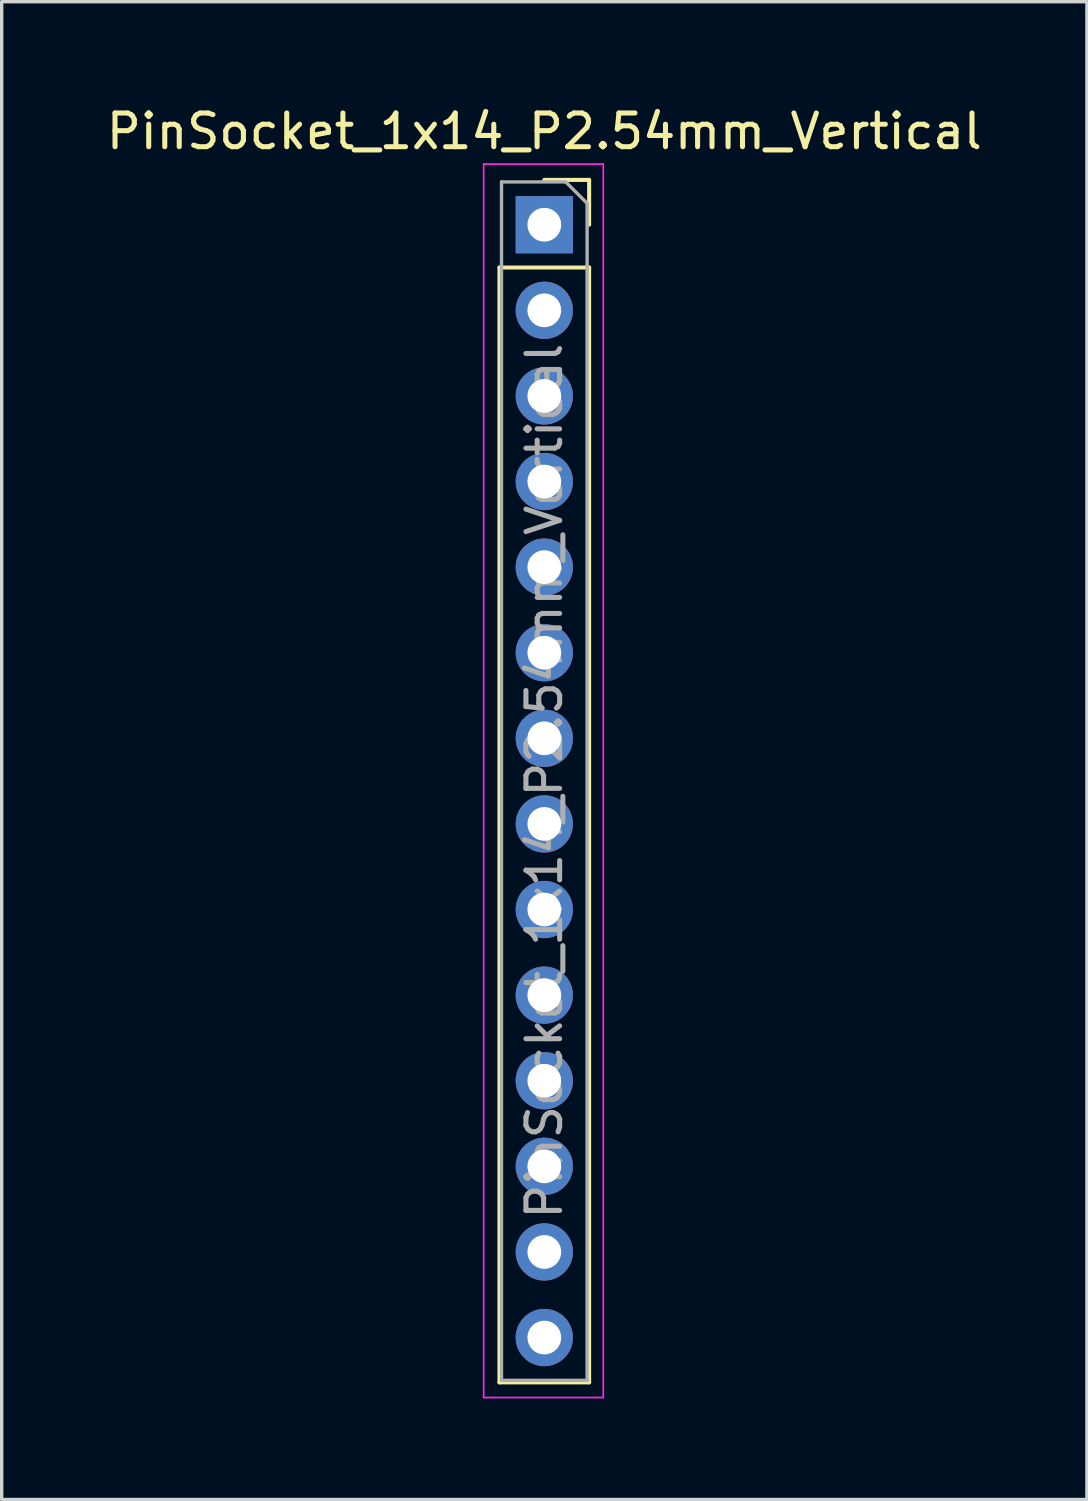
<source format=kicad_pcb>
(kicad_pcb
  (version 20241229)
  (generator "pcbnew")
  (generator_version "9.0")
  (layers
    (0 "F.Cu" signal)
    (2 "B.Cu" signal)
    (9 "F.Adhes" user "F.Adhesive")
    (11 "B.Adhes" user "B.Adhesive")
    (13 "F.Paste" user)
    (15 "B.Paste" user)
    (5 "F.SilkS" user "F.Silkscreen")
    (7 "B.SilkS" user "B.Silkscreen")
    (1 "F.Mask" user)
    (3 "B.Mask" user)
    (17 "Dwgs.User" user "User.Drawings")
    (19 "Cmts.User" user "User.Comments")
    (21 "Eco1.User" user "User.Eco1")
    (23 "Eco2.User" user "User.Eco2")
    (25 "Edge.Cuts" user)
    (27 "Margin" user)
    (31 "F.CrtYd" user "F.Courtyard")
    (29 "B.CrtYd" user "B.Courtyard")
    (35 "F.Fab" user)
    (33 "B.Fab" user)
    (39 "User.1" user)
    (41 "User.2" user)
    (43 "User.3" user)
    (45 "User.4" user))
  (footprint "PinSocket_1x14_P2.54mm_Vertical"
    (layer "F.Cu")
    (at 13.101 3.618)
    (property "Reference" "PinSocket_1x14_P2.54mm_Vertical" (at 0 -2.77 0) (layer "F.SilkS") (effects (font (size 1 1) (thickness 0.15))))
    (attr through_hole)
    (fp_line (start -1.33 1.27) (end -1.33 34.35) (stroke (width 0.12) (type solid)) (layer "F.SilkS"))
    (fp_line (start -1.33 1.27) (end 1.33 1.27) (stroke (width 0.12) (type solid)) (layer "F.SilkS"))
    (fp_line (start -1.33 34.35) (end 1.33 34.35) (stroke (width 0.12) (type solid)) (layer "F.SilkS"))
    (fp_line (start 0 -1.33) (end 1.33 -1.33) (stroke (width 0.12) (type solid)) (layer "F.SilkS"))
    (fp_line (start 1.33 -1.33) (end 1.33 0) (stroke (width 0.12) (type solid)) (layer "F.SilkS"))
    (fp_line (start 1.33 1.27) (end 1.33 34.35) (stroke (width 0.12) (type solid)) (layer "F.SilkS"))
    (fp_line (start -1.8 -1.8) (end 1.75 -1.8) (stroke (width 0.05) (type solid)) (layer "F.CrtYd"))
    (fp_line (start -1.8 34.8) (end -1.8 -1.8) (stroke (width 0.05) (type solid)) (layer "F.CrtYd"))
    (fp_line (start 1.75 -1.8) (end 1.75 34.8) (stroke (width 0.05) (type solid)) (layer "F.CrtYd"))
    (fp_line (start 1.75 34.8) (end -1.8 34.8) (stroke (width 0.05) (type solid)) (layer "F.CrtYd"))
    (fp_line (start -1.27 -1.27) (end 0.635 -1.27) (stroke (width 0.1) (type solid)) (layer "F.Fab"))
    (fp_line (start -1.27 34.29) (end -1.27 -1.27) (stroke (width 0.1) (type solid)) (layer "F.Fab"))
    (fp_line (start 0.635 -1.27) (end 1.27 -0.635) (stroke (width 0.1) (type solid)) (layer "F.Fab"))
    (fp_line (start 1.27 -0.635) (end 1.27 34.29) (stroke (width 0.1) (type solid)) (layer "F.Fab"))
    (fp_line (start 1.27 34.29) (end -1.27 34.29) (stroke (width 0.1) (type solid)) (layer "F.Fab"))
    (fp_text user "${REFERENCE}" (at 0 16.51 90) (layer "F.Fab") (effects (font (size 1 1) (thickness 0.15))))
    (pad "1" thru_hole rect (at 0 0) (size 1.7 1.7) (drill 1) (layers "*.Cu" "*.Mask"))
    (pad "2" thru_hole oval (at 0 2.54) (size 1.7 1.7) (drill 1) (layers "*.Cu" "*.Mask"))
    (pad "3" thru_hole oval (at 0 5.08) (size 1.7 1.7) (drill 1) (layers "*.Cu" "*.Mask"))
    (pad "4" thru_hole oval (at 0 7.62) (size 1.7 1.7) (drill 1) (layers "*.Cu" "*.Mask"))
    (pad "5" thru_hole oval (at 0 10.16) (size 1.7 1.7) (drill 1) (layers "*.Cu" "*.Mask"))
    (pad "6" thru_hole oval (at 0 12.7) (size 1.7 1.7) (drill 1) (layers "*.Cu" "*.Mask"))
    (pad "7" thru_hole oval (at 0 15.24) (size 1.7 1.7) (drill 1) (layers "*.Cu" "*.Mask"))
    (pad "8" thru_hole oval (at 0 17.78) (size 1.7 1.7) (drill 1) (layers "*.Cu" "*.Mask"))
    (pad "9" thru_hole oval (at 0 20.32) (size 1.7 1.7) (drill 1) (layers "*.Cu" "*.Mask"))
    (pad "10" thru_hole oval (at 0 22.86) (size 1.7 1.7) (drill 1) (layers "*.Cu" "*.Mask"))
    (pad "11" thru_hole oval (at 0 25.4) (size 1.7 1.7) (drill 1) (layers "*.Cu" "*.Mask"))
    (pad "12" thru_hole oval (at 0 27.94) (size 1.7 1.7) (drill 1) (layers "*.Cu" "*.Mask"))
    (pad "13" thru_hole oval (at 0 30.48) (size 1.7 1.7) (drill 1) (layers "*.Cu" "*.Mask"))
    (pad "14" thru_hole oval (at 0 33.02) (size 1.7 1.7) (drill 1) (layers "*.Cu" "*.Mask")))
  (gr_rect
    (start -3 -3)
    (end 29.202 41.443)
    (stroke (width 0.1) (type default))
    (fill no)
    (layer "Edge.Cuts")))
</source>
